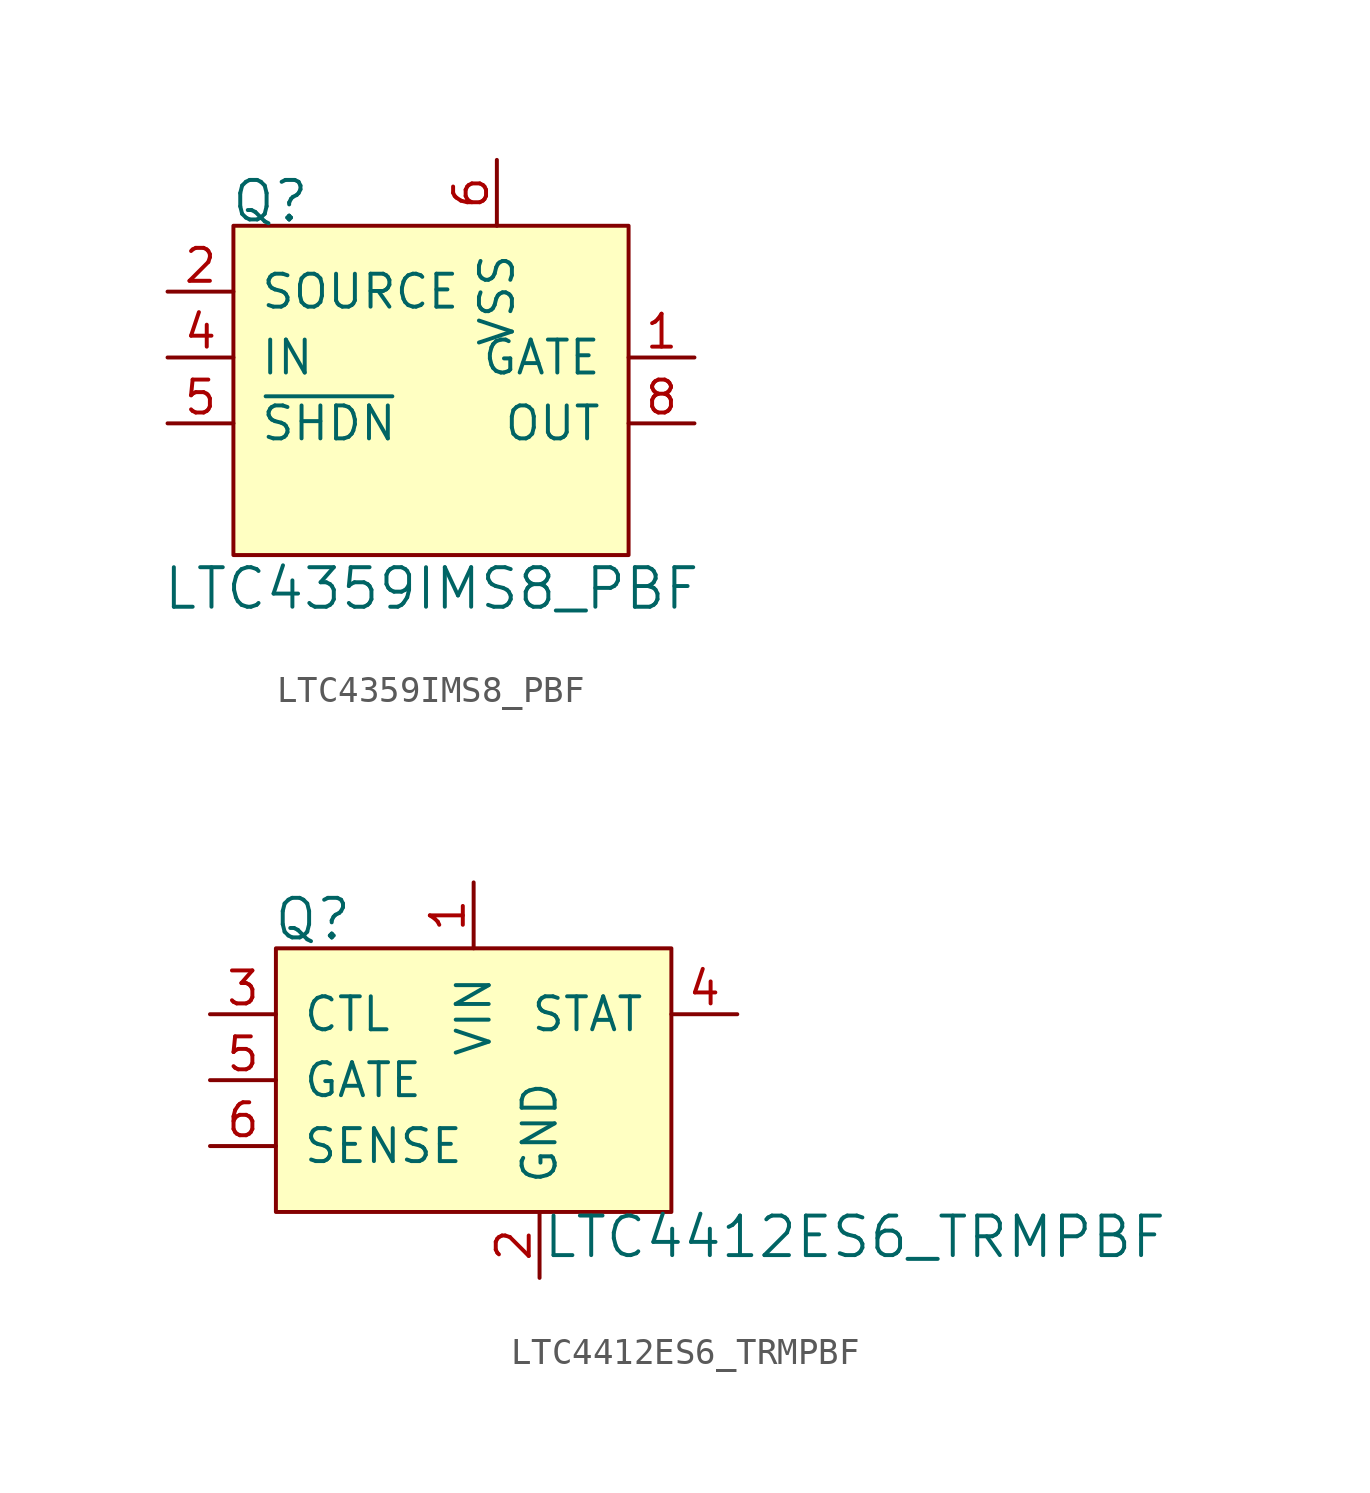
<source format=kicad_sym>
(kicad_symbol_lib
  (version 20201005)
  (generator kicad_symbol_editor)
  (symbol "LTC4359IMS8_PBF"
    (pin_names
      (offset 1.016))
    (property "Reference" "Q"
      (at -7.747 8.56 0)
      (effects (font (size 1.524 1.524)) (justify left)))
    (property "Value" "LTC4359IMS8_PBF"
      (at 0.025 -6.375 0)
      (effects (font (size 1.524 1.524))))
    (symbol "LTC4359IMS8_PBF_0_1"
      (rectangle (start -7.62 7.62) (end 7.62 -5.08) (stroke (width 0)) (fill (type background))))
    (symbol "LTC4359IMS8_PBF_1_1"
      (pin output line (at 10.16 2.54 180) (length 2.54) (name "GATE" (effects (font (size 1.27 1.27)))) (number "1" (effects (font (size 1.27 1.27)))))
      (pin input line (at -10.16 5.08 0) (length 2.54) (name "SOURCE" (effects (font (size 1.27 1.27)))) (number "2" (effects (font (size 1.27 1.27)))))
      (pin no_connect line (at -7.62 -2.54 0) (length 2.54) hide (name "NC" (effects (font (size 1.27 1.27)))) (number "3" (effects (font (size 1.27 1.27)))))
      (pin input line (at -10.16 2.54 0) (length 2.54) (name "IN" (effects (font (size 1.27 1.27)))) (number "4" (effects (font (size 1.27 1.27)))))
      (pin input line (at -10.16 0 0) (length 2.54) (name "~SHDN" (effects (font (size 1.27 1.27)))) (number "5" (effects (font (size 1.27 1.27)))))
      (pin power_in line (at 2.54 10.16 270) (length 2.54) (name "VSS" (effects (font (size 1.27 1.27)))) (number "6" (effects (font (size 1.27 1.27)))))
      (pin no_connect line (at 7.62 -2.54 180) (length 2.54) hide (name "NC" (effects (font (size 1.27 1.27)))) (number "7" (effects (font (size 1.27 1.27)))))
      (pin output line (at 10.16 0 180) (length 2.54) (name "OUT" (effects (font (size 1.27 1.27)))) (number "8" (effects (font (size 1.27 1.27)))))))
  (symbol "LTC4412ES6_TRMPBF"
    (pin_names
      (offset 1.016))
    (property "Reference" "Q"
      (at -7.747 -3.962 0)
      (effects (font (size 1.524 1.524)) (justify left)))
    (property "Value" "LTC4412ES6_TRMPBF"
      (at 2.616 -16.205 0)
      (effects (font (size 1.524 1.524)) (justify left)))
    (symbol "LTC4412ES6_TRMPBF_0_1"
      (rectangle (start -7.62 -5.08) (end 7.62 -15.24) (stroke (width 0)) (fill (type background))))
    (symbol "LTC4412ES6_TRMPBF_1_1"
      (pin power_in line (at 0 -2.54 270) (length 2.54) (name "VIN" (effects (font (size 1.27 1.27)))) (number "1" (effects (font (size 1.27 1.27)))))
      (pin power_in line (at 2.54 -17.78 90) (length 2.54) (name "GND" (effects (font (size 1.27 1.27)))) (number "2" (effects (font (size 1.27 1.27)))))
      (pin input line (at -10.16 -7.62 0) (length 2.54) (name "CTL" (effects (font (size 1.27 1.27)))) (number "3" (effects (font (size 1.27 1.27)))))
      (pin output line (at 10.16 -7.62 180) (length 2.54) (name "STAT" (effects (font (size 1.27 1.27)))) (number "4" (effects (font (size 1.27 1.27)))))
      (pin input line (at -10.16 -10.16 0) (length 2.54) (name "GATE" (effects (font (size 1.27 1.27)))) (number "5" (effects (font (size 1.27 1.27)))))
      (pin input line (at -10.16 -12.7 0) (length 2.54) (name "SENSE" (effects (font (size 1.27 1.27)))) (number "6" (effects (font (size 1.27 1.27))))))))
</source>
